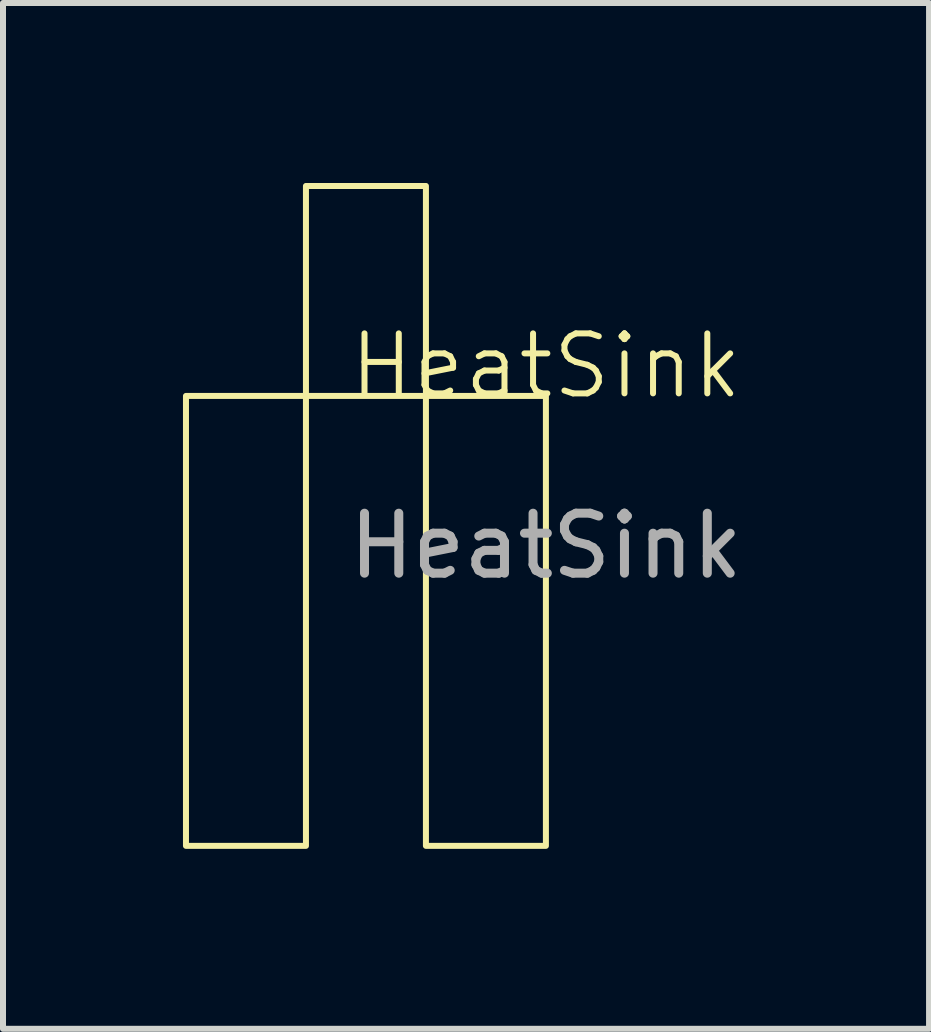
<source format=kicad_pcb>
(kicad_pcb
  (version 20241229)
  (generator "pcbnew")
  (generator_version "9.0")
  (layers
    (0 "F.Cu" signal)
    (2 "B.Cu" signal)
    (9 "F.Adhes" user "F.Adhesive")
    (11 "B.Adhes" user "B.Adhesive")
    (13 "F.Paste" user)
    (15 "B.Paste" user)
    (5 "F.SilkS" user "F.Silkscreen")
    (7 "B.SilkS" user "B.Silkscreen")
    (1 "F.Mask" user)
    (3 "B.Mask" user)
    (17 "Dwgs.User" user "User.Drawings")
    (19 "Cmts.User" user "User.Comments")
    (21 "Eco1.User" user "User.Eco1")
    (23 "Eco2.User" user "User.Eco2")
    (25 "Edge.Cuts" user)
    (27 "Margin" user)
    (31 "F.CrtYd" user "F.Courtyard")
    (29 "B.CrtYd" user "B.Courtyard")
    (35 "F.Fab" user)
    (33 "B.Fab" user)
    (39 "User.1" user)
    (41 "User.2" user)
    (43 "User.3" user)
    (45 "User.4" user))
  (footprint "HeatSink"
    (layer "F.Cu")
    (at 6.05 3.55)
    (property "Reference" "HeatSink" (at 0 -0.5 0) (unlocked yes) (layer "F.SilkS") (effects (font (size 1 1) (thickness 0.1))))
    (attr smd)
    (fp_rect (start -6 0) (end -4 7.5) (stroke (width 0.1) (type default)) (fill no) (layer "F.SilkS"))
    (fp_rect (start -4 -3.5) (end -2 0) (stroke (width 0.1) (type default)) (fill no) (layer "F.SilkS"))
    (fp_rect (start -2 0) (end 0 7.5) (stroke (width 0.1) (type default)) (fill no) (layer "F.SilkS"))
    (fp_text user "${REFERENCE}" (at 0 2.5 0) (unlocked yes) (layer "F.Fab") (effects (font (size 1 1) (thickness 0.15)))))
  (gr_rect
    (start -3 -3)
    (end 12.437 14.1)
    (stroke (width 0.1) (type default))
    (fill no)
    (layer "Edge.Cuts")))
</source>
